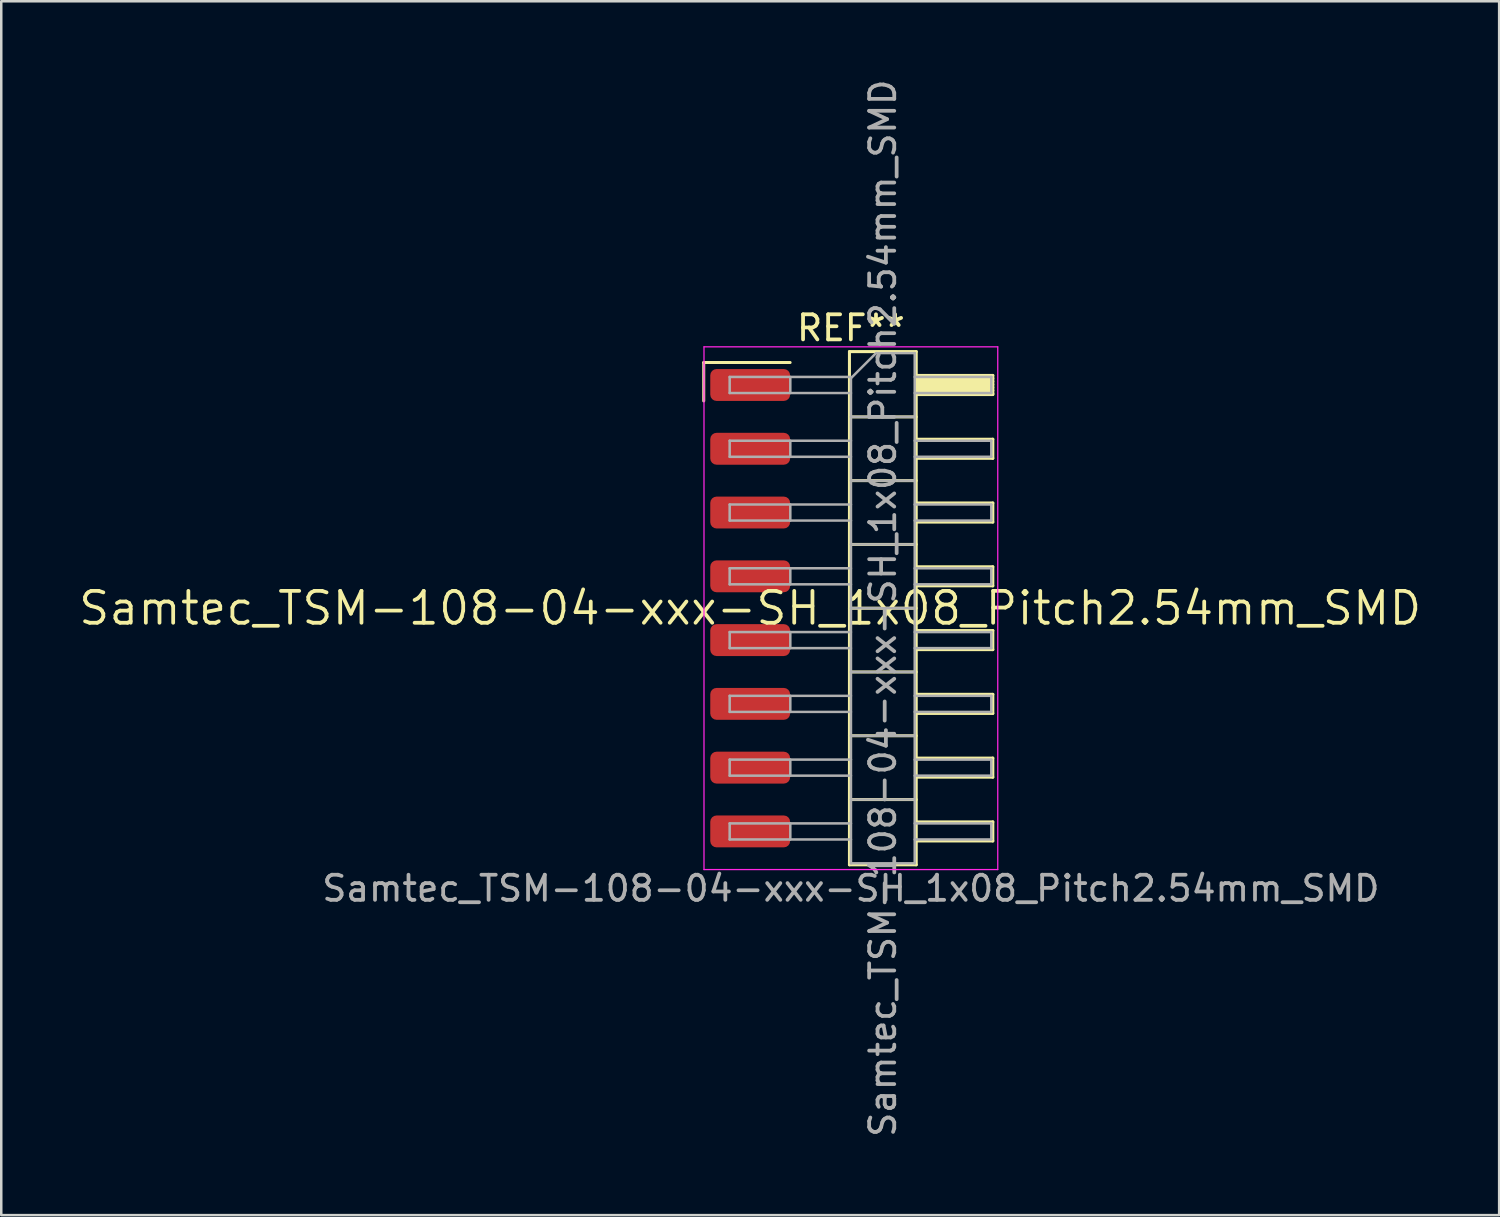
<source format=kicad_pcb>
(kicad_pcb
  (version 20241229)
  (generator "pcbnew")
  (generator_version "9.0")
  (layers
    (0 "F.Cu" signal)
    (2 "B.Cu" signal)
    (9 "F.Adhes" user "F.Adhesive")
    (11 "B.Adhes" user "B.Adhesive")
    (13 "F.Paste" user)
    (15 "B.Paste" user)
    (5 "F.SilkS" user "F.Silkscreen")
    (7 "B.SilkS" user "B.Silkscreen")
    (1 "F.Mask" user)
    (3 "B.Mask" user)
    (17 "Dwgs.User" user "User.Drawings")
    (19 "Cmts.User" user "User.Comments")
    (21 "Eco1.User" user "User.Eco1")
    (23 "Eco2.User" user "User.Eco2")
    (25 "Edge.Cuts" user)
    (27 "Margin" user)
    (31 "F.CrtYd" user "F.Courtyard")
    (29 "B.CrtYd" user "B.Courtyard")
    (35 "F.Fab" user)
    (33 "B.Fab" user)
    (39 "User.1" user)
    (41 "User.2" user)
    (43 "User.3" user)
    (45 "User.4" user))
  (footprint "Samtec_TSM-108-04-xxx-SH_1x08_Pitch2.54mm_SMD"
    (layer "F.Cu")
    (at 26.828 21.173)
    (property "Reference" "Samtec_TSM-108-04-xxx-SH_1x08_Pitch2.54mm_SMD" (at 0 0 0) (layer "F.SilkS") (effects (font (size 1.27 1.27) (thickness 0.15))))
    (attr smd)
    (fp_line (start -1.85 -9.785) (end 1.59 -9.785) (stroke (width 0.12) (type solid)) (layer "F.SilkS"))
    (fp_line (start -1.85 -8.255) (end -1.85 -9.785) (stroke (width 0.12) (type solid)) (layer "F.SilkS"))
    (fp_line (start 3.953 -10.22) (end 6.613 -10.22) (stroke (width 0.12) (type solid)) (layer "F.SilkS"))
    (fp_line (start 3.953 -7.62) (end 6.613 -7.62) (stroke (width 0.12) (type solid)) (layer "F.SilkS"))
    (fp_line (start 3.953 -5.08) (end 6.613 -5.08) (stroke (width 0.12) (type solid)) (layer "F.SilkS"))
    (fp_line (start 3.953 -2.54) (end 6.613 -2.54) (stroke (width 0.12) (type solid)) (layer "F.SilkS"))
    (fp_line (start 3.953 0) (end 6.613 0) (stroke (width 0.12) (type solid)) (layer "F.SilkS"))
    (fp_line (start 3.953 2.54) (end 6.613 2.54) (stroke (width 0.12) (type solid)) (layer "F.SilkS"))
    (fp_line (start 3.953 5.08) (end 6.613 5.08) (stroke (width 0.12) (type solid)) (layer "F.SilkS"))
    (fp_line (start 3.953 7.62) (end 6.613 7.62) (stroke (width 0.12) (type solid)) (layer "F.SilkS"))
    (fp_line (start 3.953 10.22) (end 3.953 -10.22) (stroke (width 0.12) (type solid)) (layer "F.SilkS"))
    (fp_line (start 6.613 -10.22) (end 6.613 10.22) (stroke (width 0.12) (type solid)) (layer "F.SilkS"))
    (fp_line (start 6.613 -9.27) (end 9.663 -9.27) (stroke (width 0.12) (type solid)) (layer "F.SilkS"))
    (fp_line (start 6.613 -9.15) (end 9.663 -9.15) (stroke (width 0.12) (type solid)) (layer "F.SilkS"))
    (fp_line (start 6.613 -9.03) (end 9.663 -9.03) (stroke (width 0.12) (type solid)) (layer "F.SilkS"))
    (fp_line (start 6.613 -8.91) (end 9.663 -8.91) (stroke (width 0.12) (type solid)) (layer "F.SilkS"))
    (fp_line (start 6.613 -8.79) (end 9.663 -8.79) (stroke (width 0.12) (type solid)) (layer "F.SilkS"))
    (fp_line (start 6.613 -8.67) (end 9.663 -8.67) (stroke (width 0.12) (type solid)) (layer "F.SilkS"))
    (fp_line (start 6.613 -8.55) (end 9.663 -8.55) (stroke (width 0.12) (type solid)) (layer "F.SilkS"))
    (fp_line (start 6.613 -8.51) (end 9.663 -8.51) (stroke (width 0.12) (type solid)) (layer "F.SilkS"))
    (fp_line (start 6.613 -6.73) (end 9.663 -6.73) (stroke (width 0.12) (type solid)) (layer "F.SilkS"))
    (fp_line (start 6.613 -5.97) (end 9.663 -5.97) (stroke (width 0.12) (type solid)) (layer "F.SilkS"))
    (fp_line (start 6.613 -4.19) (end 9.663 -4.19) (stroke (width 0.12) (type solid)) (layer "F.SilkS"))
    (fp_line (start 6.613 -3.43) (end 9.663 -3.43) (stroke (width 0.12) (type solid)) (layer "F.SilkS"))
    (fp_line (start 6.613 -1.65) (end 9.663 -1.65) (stroke (width 0.12) (type solid)) (layer "F.SilkS"))
    (fp_line (start 6.613 -0.89) (end 9.663 -0.89) (stroke (width 0.12) (type solid)) (layer "F.SilkS"))
    (fp_line (start 6.613 0.89) (end 9.663 0.89) (stroke (width 0.12) (type solid)) (layer "F.SilkS"))
    (fp_line (start 6.613 1.65) (end 9.663 1.65) (stroke (width 0.12) (type solid)) (layer "F.SilkS"))
    (fp_line (start 6.613 3.43) (end 9.663 3.43) (stroke (width 0.12) (type solid)) (layer "F.SilkS"))
    (fp_line (start 6.613 4.19) (end 9.663 4.19) (stroke (width 0.12) (type solid)) (layer "F.SilkS"))
    (fp_line (start 6.613 5.97) (end 9.663 5.97) (stroke (width 0.12) (type solid)) (layer "F.SilkS"))
    (fp_line (start 6.613 6.73) (end 9.663 6.73) (stroke (width 0.12) (type solid)) (layer "F.SilkS"))
    (fp_line (start 6.613 8.51) (end 9.663 8.51) (stroke (width 0.12) (type solid)) (layer "F.SilkS"))
    (fp_line (start 6.613 9.27) (end 9.663 9.27) (stroke (width 0.12) (type solid)) (layer "F.SilkS"))
    (fp_line (start 6.613 10.22) (end 3.953 10.22) (stroke (width 0.12) (type solid)) (layer "F.SilkS"))
    (fp_line (start 9.663 -9.27) (end 9.663 -8.51) (stroke (width 0.12) (type solid)) (layer "F.SilkS"))
    (fp_line (start 9.663 -6.73) (end 9.663 -5.97) (stroke (width 0.12) (type solid)) (layer "F.SilkS"))
    (fp_line (start 9.663 -4.19) (end 9.663 -3.43) (stroke (width 0.12) (type solid)) (layer "F.SilkS"))
    (fp_line (start 9.663 -1.65) (end 9.663 -0.89) (stroke (width 0.12) (type solid)) (layer "F.SilkS"))
    (fp_line (start 9.663 0.89) (end 9.663 1.65) (stroke (width 0.12) (type solid)) (layer "F.SilkS"))
    (fp_line (start 9.663 3.43) (end 9.663 4.19) (stroke (width 0.12) (type solid)) (layer "F.SilkS"))
    (fp_line (start 9.663 5.97) (end 9.663 6.73) (stroke (width 0.12) (type solid)) (layer "F.SilkS"))
    (fp_line (start 9.663 8.51) (end 9.663 9.27) (stroke (width 0.12) (type solid)) (layer "F.SilkS"))
    (fp_line (start -1.84 -10.41) (end 9.86 -10.41) (stroke (width 0.05) (type solid)) (layer "F.CrtYd"))
    (fp_line (start -1.84 10.41) (end -1.84 -10.41) (stroke (width 0.05) (type solid)) (layer "F.CrtYd"))
    (fp_line (start 9.86 -10.41) (end 9.86 10.41) (stroke (width 0.05) (type solid)) (layer "F.CrtYd"))
    (fp_line (start 9.86 10.41) (end -1.84 10.41) (stroke (width 0.05) (type solid)) (layer "F.CrtYd"))
    (fp_line (start -0.817 -9.21) (end -0.817 -8.57) (stroke (width 0.1) (type solid)) (layer "F.Fab"))
    (fp_line (start -0.817 -9.21) (end 4.013 -9.21) (stroke (width 0.1) (type solid)) (layer "F.Fab"))
    (fp_line (start -0.817 -8.57) (end 4.013 -8.57) (stroke (width 0.1) (type solid)) (layer "F.Fab"))
    (fp_line (start -0.817 -6.67) (end -0.817 -6.03) (stroke (width 0.1) (type solid)) (layer "F.Fab"))
    (fp_line (start -0.817 -6.67) (end 4.013 -6.67) (stroke (width 0.1) (type solid)) (layer "F.Fab"))
    (fp_line (start -0.817 -6.03) (end 4.013 -6.03) (stroke (width 0.1) (type solid)) (layer "F.Fab"))
    (fp_line (start -0.817 -4.13) (end -0.817 -3.49) (stroke (width 0.1) (type solid)) (layer "F.Fab"))
    (fp_line (start -0.817 -4.13) (end 4.013 -4.13) (stroke (width 0.1) (type solid)) (layer "F.Fab"))
    (fp_line (start -0.817 -3.49) (end 4.013 -3.49) (stroke (width 0.1) (type solid)) (layer "F.Fab"))
    (fp_line (start -0.817 -1.59) (end -0.817 -0.95) (stroke (width 0.1) (type solid)) (layer "F.Fab"))
    (fp_line (start -0.817 -1.59) (end 4.013 -1.59) (stroke (width 0.1) (type solid)) (layer "F.Fab"))
    (fp_line (start -0.817 -0.95) (end 4.013 -0.95) (stroke (width 0.1) (type solid)) (layer "F.Fab"))
    (fp_line (start -0.817 0.95) (end -0.817 1.59) (stroke (width 0.1) (type solid)) (layer "F.Fab"))
    (fp_line (start -0.817 0.95) (end 4.013 0.95) (stroke (width 0.1) (type solid)) (layer "F.Fab"))
    (fp_line (start -0.817 1.59) (end 4.013 1.59) (stroke (width 0.1) (type solid)) (layer "F.Fab"))
    (fp_line (start -0.817 3.49) (end -0.817 4.13) (stroke (width 0.1) (type solid)) (layer "F.Fab"))
    (fp_line (start -0.817 3.49) (end 4.013 3.49) (stroke (width 0.1) (type solid)) (layer "F.Fab"))
    (fp_line (start -0.817 4.13) (end 4.013 4.13) (stroke (width 0.1) (type solid)) (layer "F.Fab"))
    (fp_line (start -0.817 6.03) (end -0.817 6.67) (stroke (width 0.1) (type solid)) (layer "F.Fab"))
    (fp_line (start -0.817 6.03) (end 4.013 6.03) (stroke (width 0.1) (type solid)) (layer "F.Fab"))
    (fp_line (start -0.817 6.67) (end 4.013 6.67) (stroke (width 0.1) (type solid)) (layer "F.Fab"))
    (fp_line (start -0.817 8.57) (end -0.817 9.21) (stroke (width 0.1) (type solid)) (layer "F.Fab"))
    (fp_line (start -0.817 8.57) (end 4.013 8.57) (stroke (width 0.1) (type solid)) (layer "F.Fab"))
    (fp_line (start -0.817 9.21) (end 4.013 9.21) (stroke (width 0.1) (type solid)) (layer "F.Fab"))
    (fp_line (start 1.598 -9.21) (end 1.598 -8.57) (stroke (width 0.1) (type solid)) (layer "F.Fab"))
    (fp_line (start 1.598 -6.67) (end 1.598 -6.03) (stroke (width 0.1) (type solid)) (layer "F.Fab"))
    (fp_line (start 1.598 -4.13) (end 1.598 -3.49) (stroke (width 0.1) (type solid)) (layer "F.Fab"))
    (fp_line (start 1.598 -1.59) (end 1.598 -0.95) (stroke (width 0.1) (type solid)) (layer "F.Fab"))
    (fp_line (start 1.598 0.95) (end 1.598 1.59) (stroke (width 0.1) (type solid)) (layer "F.Fab"))
    (fp_line (start 1.598 3.49) (end 1.598 4.13) (stroke (width 0.1) (type solid)) (layer "F.Fab"))
    (fp_line (start 1.598 6.03) (end 1.598 6.67) (stroke (width 0.1) (type solid)) (layer "F.Fab"))
    (fp_line (start 1.598 8.57) (end 1.598 9.21) (stroke (width 0.1) (type solid)) (layer "F.Fab"))
    (fp_line (start 4.013 -9.16) (end 5.013 -10.16) (stroke (width 0.1) (type solid)) (layer "F.Fab"))
    (fp_line (start 4.013 -7.62) (end 6.553 -7.62) (stroke (width 0.1) (type solid)) (layer "F.Fab"))
    (fp_line (start 4.013 -5.08) (end 6.553 -5.08) (stroke (width 0.1) (type solid)) (layer "F.Fab"))
    (fp_line (start 4.013 -2.54) (end 6.553 -2.54) (stroke (width 0.1) (type solid)) (layer "F.Fab"))
    (fp_line (start 4.013 0) (end 6.553 0) (stroke (width 0.1) (type solid)) (layer "F.Fab"))
    (fp_line (start 4.013 2.54) (end 6.553 2.54) (stroke (width 0.1) (type solid)) (layer "F.Fab"))
    (fp_line (start 4.013 5.08) (end 6.553 5.08) (stroke (width 0.1) (type solid)) (layer "F.Fab"))
    (fp_line (start 4.013 7.62) (end 6.553 7.62) (stroke (width 0.1) (type solid)) (layer "F.Fab"))
    (fp_line (start 4.013 10.16) (end 4.013 -9.16) (stroke (width 0.1) (type solid)) (layer "F.Fab"))
    (fp_line (start 5.013 -10.16) (end 6.553 -10.16) (stroke (width 0.1) (type solid)) (layer "F.Fab"))
    (fp_line (start 6.553 -10.16) (end 6.553 10.16) (stroke (width 0.1) (type solid)) (layer "F.Fab"))
    (fp_line (start 6.553 -9.21) (end 9.603 -9.21) (stroke (width 0.1) (type solid)) (layer "F.Fab"))
    (fp_line (start 6.553 -8.57) (end 9.603 -8.57) (stroke (width 0.1) (type solid)) (layer "F.Fab"))
    (fp_line (start 6.553 -6.67) (end 9.603 -6.67) (stroke (width 0.1) (type solid)) (layer "F.Fab"))
    (fp_line (start 6.553 -6.03) (end 9.603 -6.03) (stroke (width 0.1) (type solid)) (layer "F.Fab"))
    (fp_line (start 6.553 -4.13) (end 9.603 -4.13) (stroke (width 0.1) (type solid)) (layer "F.Fab"))
    (fp_line (start 6.553 -3.49) (end 9.603 -3.49) (stroke (width 0.1) (type solid)) (layer "F.Fab"))
    (fp_line (start 6.553 -1.59) (end 9.603 -1.59) (stroke (width 0.1) (type solid)) (layer "F.Fab"))
    (fp_line (start 6.553 -0.95) (end 9.603 -0.95) (stroke (width 0.1) (type solid)) (layer "F.Fab"))
    (fp_line (start 6.553 0.95) (end 9.603 0.95) (stroke (width 0.1) (type solid)) (layer "F.Fab"))
    (fp_line (start 6.553 1.59) (end 9.603 1.59) (stroke (width 0.1) (type solid)) (layer "F.Fab"))
    (fp_line (start 6.553 3.49) (end 9.603 3.49) (stroke (width 0.1) (type solid)) (layer "F.Fab"))
    (fp_line (start 6.553 4.13) (end 9.603 4.13) (stroke (width 0.1) (type solid)) (layer "F.Fab"))
    (fp_line (start 6.553 6.03) (end 9.603 6.03) (stroke (width 0.1) (type solid)) (layer "F.Fab"))
    (fp_line (start 6.553 6.67) (end 9.603 6.67) (stroke (width 0.1) (type solid)) (layer "F.Fab"))
    (fp_line (start 6.553 8.57) (end 9.603 8.57) (stroke (width 0.1) (type solid)) (layer "F.Fab"))
    (fp_line (start 6.553 9.21) (end 9.603 9.21) (stroke (width 0.1) (type solid)) (layer "F.Fab"))
    (fp_line (start 6.553 10.16) (end 4.013 10.16) (stroke (width 0.1) (type solid)) (layer "F.Fab"))
    (fp_line (start 9.603 -9.21) (end 9.603 -8.57) (stroke (width 0.1) (type solid)) (layer "F.Fab"))
    (fp_line (start 9.603 -6.67) (end 9.603 -6.03) (stroke (width 0.1) (type solid)) (layer "F.Fab"))
    (fp_line (start 9.603 -4.13) (end 9.603 -3.49) (stroke (width 0.1) (type solid)) (layer "F.Fab"))
    (fp_line (start 9.603 -1.59) (end 9.603 -0.95) (stroke (width 0.1) (type solid)) (layer "F.Fab"))
    (fp_line (start 9.603 0.95) (end 9.603 1.59) (stroke (width 0.1) (type solid)) (layer "F.Fab"))
    (fp_line (start 9.603 3.49) (end 9.603 4.13) (stroke (width 0.1) (type solid)) (layer "F.Fab"))
    (fp_line (start 9.603 6.03) (end 9.603 6.67) (stroke (width 0.1) (type solid)) (layer "F.Fab"))
    (fp_line (start 9.603 8.57) (end 9.603 9.21) (stroke (width 0.1) (type solid)) (layer "F.Fab"))
    (fp_text user "REF**" (at 4.01 -11.16 0) (layer "F.SilkS") (effects (font (size 1 1) (thickness 0.15))))
    (fp_text user "Samtec_TSM-108-04-xxx-SH_1x08_Pitch2.54mm_SMD" (at 4.01 11.16 0) (layer "F.Fab") (effects (font (size 1 1) (thickness 0.15))))
    (fp_text user "${REFERENCE}" (at 5.283 0 90) (layer "F.Fab") (effects (font (size 1 1) (thickness 0.15))))
    (pad "1" smd roundrect (at 0 -8.89) (size 3.18 1.27) (layers "F.Cu" "F.Mask" "F.Paste") (roundrect_rratio 0.197))
    (pad "2" smd roundrect (at 0 -6.35) (size 3.18 1.27) (layers "F.Cu" "F.Mask" "F.Paste") (roundrect_rratio 0.197))
    (pad "3" smd roundrect (at 0 -3.81) (size 3.18 1.27) (layers "F.Cu" "F.Mask" "F.Paste") (roundrect_rratio 0.197))
    (pad "4" smd roundrect (at 0 -1.27) (size 3.18 1.27) (layers "F.Cu" "F.Mask" "F.Paste") (roundrect_rratio 0.197))
    (pad "5" smd roundrect (at 0 1.27) (size 3.18 1.27) (layers "F.Cu" "F.Mask" "F.Paste") (roundrect_rratio 0.197))
    (pad "6" smd roundrect (at 0 3.81) (size 3.18 1.27) (layers "F.Cu" "F.Mask" "F.Paste") (roundrect_rratio 0.197))
    (pad "7" smd roundrect (at 0 6.35) (size 3.18 1.27) (layers "F.Cu" "F.Mask" "F.Paste") (roundrect_rratio 0.197))
    (pad "8" smd roundrect (at 0 8.89) (size 3.18 1.27) (layers "F.Cu" "F.Mask" "F.Paste") (roundrect_rratio 0.197)))
  (gr_rect
    (start -3 -3)
    (end 56.657 45.345)
    (stroke (width 0.1) (type default))
    (fill no)
    (layer "Edge.Cuts")))
</source>
